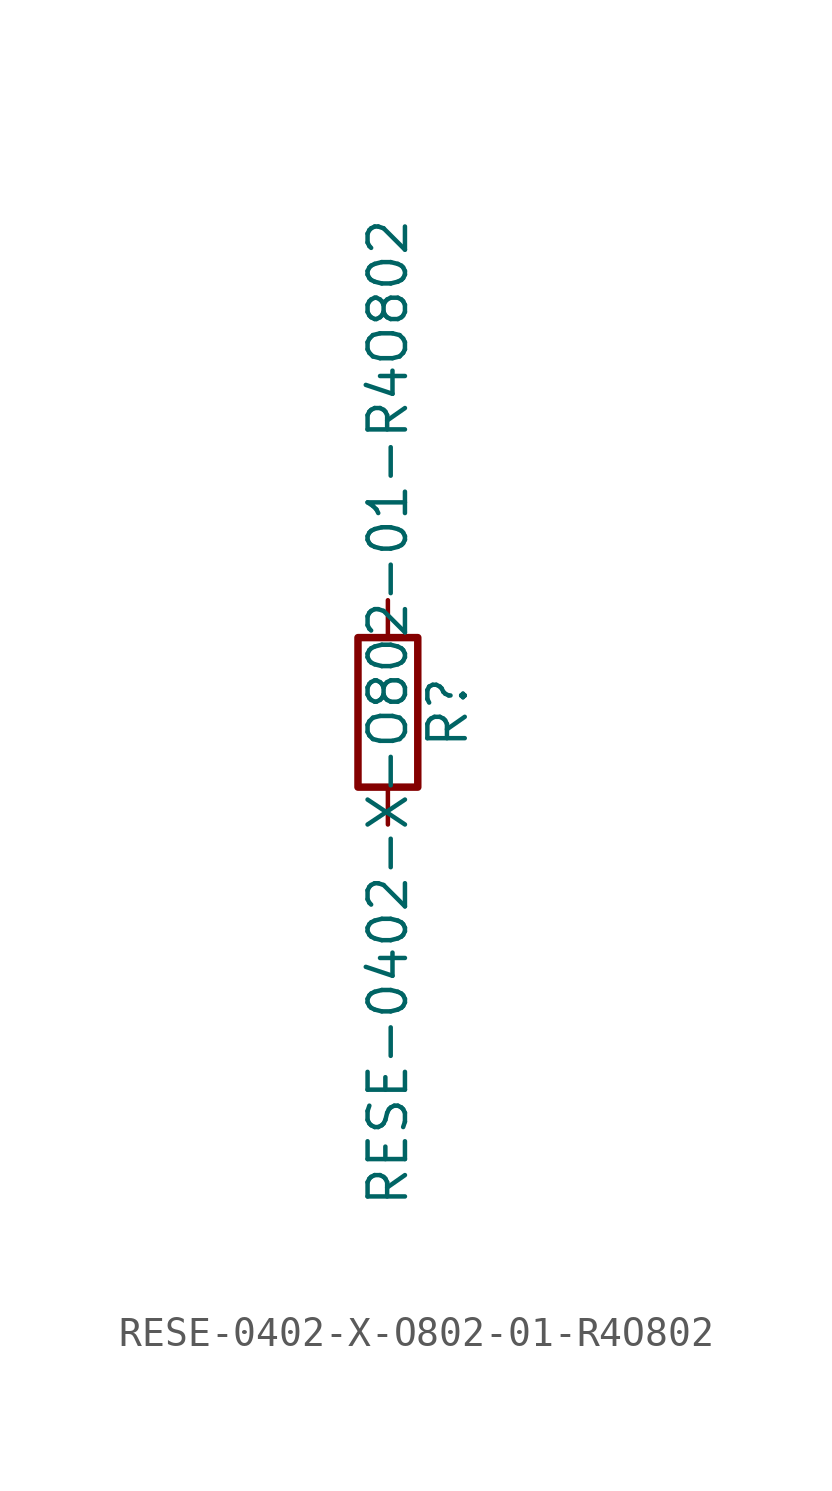
<source format=kicad_sym>
(kicad_symbol_lib
  (version 20211014)
  (generator kicad_symbol_editor)
  (symbol "RESE-0402-X-O802-01-R4O802"
    (pin_numbers hide)
    (pin_names
      (offset 0))
    (property "Reference" "R"
      (at 2.032 0 90)
      (effects (font (size 1.27 1.27))))
    (property "Value" "RESE-0402-X-O802-01-R4O802"
      (at 0 0 90)
      (effects (font (size 1.27 1.27))))
    (symbol "RESE-0402-X-O802-01-R4O802_0_1"
      (rectangle (start -1.016 -2.54) (end 1.016 2.54) (stroke (width 0.254) (type default) (color 0 0 0 0)) (fill (type none))))
    (symbol "RESE-0402-X-O802-01-R4O802_1_1"
      (pin passive line (at 0 3.81 270) (length 1.27) (name "~" (effects (font (size 1.27 1.27)))) (number "1" (effects (font (size 1.27 1.27)))))
      (pin passive line (at 0 -3.81 90) (length 1.27) (name "~" (effects (font (size 1.27 1.27)))) (number "2" (effects (font (size 1.27 1.27))))))))
</source>
